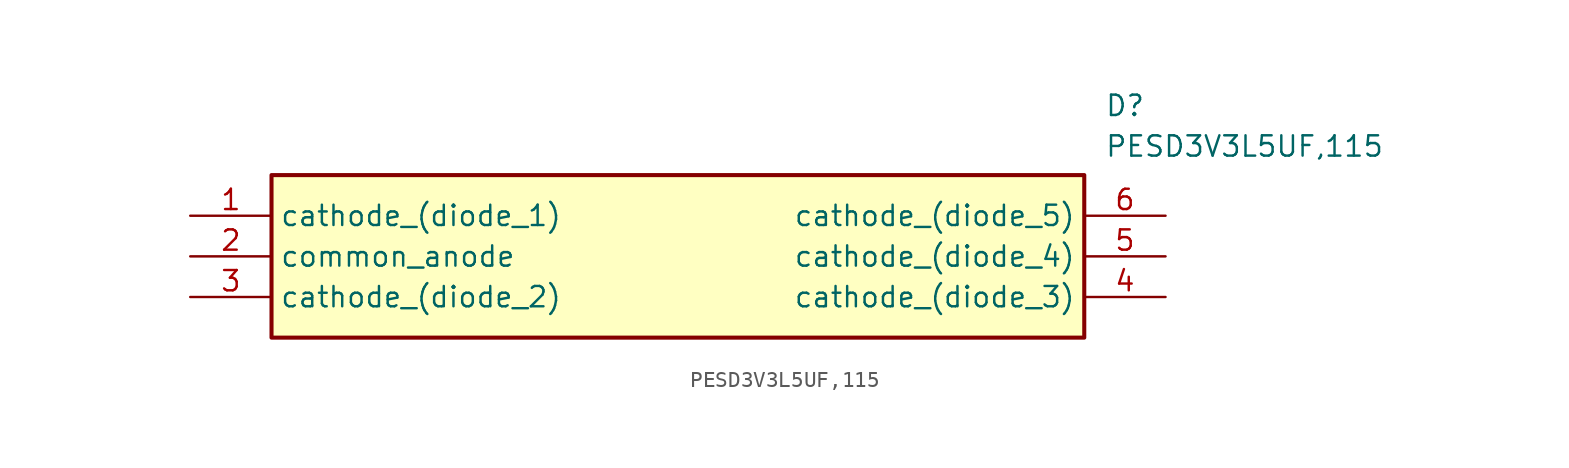
<source format=kicad_sym>
(kicad_symbol_lib
  (version 20211014)
  (generator SamacSys_ECAD_Model)
  (symbol "PESD3V3L5UF,115"
    (property "Reference" "D"
      (at 57.15 7.62 0)
      (effects (font (size 1.27 1.27)) (justify left top)))
    (property "Value" "PESD3V3L5UF,115"
      (at 57.15 5.08 0)
      (effects (font (size 1.27 1.27)) (justify left top)))
    (rectangle
      (start 5.08 2.54)
      (end 55.88 -7.62)
      (stroke (width 0.254) (type default))
      (fill (type background)))
    (pin passive line
      (at 0 0 0)
      (length 5.08)
      (name "cathode_(diode_1)" (effects (font (size 1.27 1.27))))
      (number "1" (effects (font (size 1.27 1.27)))))
    (pin passive line
      (at 0 -2.54 0)
      (length 5.08)
      (name "common_anode" (effects (font (size 1.27 1.27))))
      (number "2" (effects (font (size 1.27 1.27)))))
    (pin passive line
      (at 0 -5.08 0)
      (length 5.08)
      (name "cathode_(diode_2)" (effects (font (size 1.27 1.27))))
      (number "3" (effects (font (size 1.27 1.27)))))
    (pin passive line
      (at 60.96 -5.08 180)
      (length 5.08)
      (name "cathode_(diode_3)" (effects (font (size 1.27 1.27))))
      (number "4" (effects (font (size 1.27 1.27)))))
    (pin passive line
      (at 60.96 -2.54 180)
      (length 5.08)
      (name "cathode_(diode_4)" (effects (font (size 1.27 1.27))))
      (number "5" (effects (font (size 1.27 1.27)))))
    (pin passive line
      (at 60.96 0 180)
      (length 5.08)
      (name "cathode_(diode_5)" (effects (font (size 1.27 1.27))))
      (number "6" (effects (font (size 1.27 1.27)))))))
</source>
